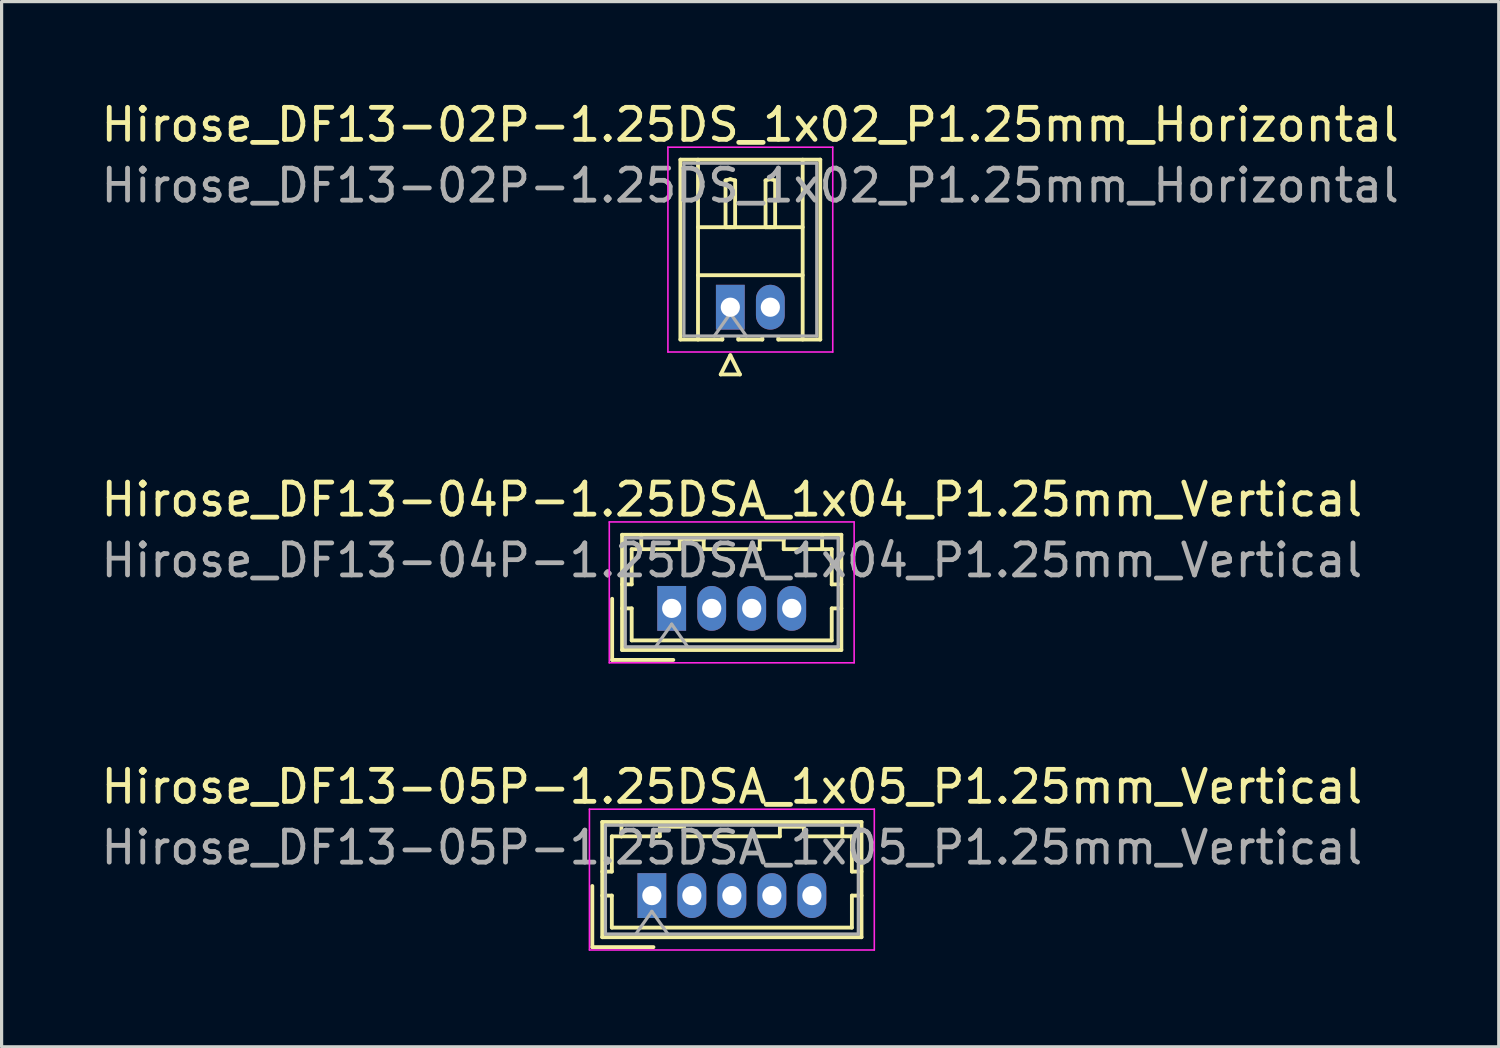
<source format=kicad_pcb>
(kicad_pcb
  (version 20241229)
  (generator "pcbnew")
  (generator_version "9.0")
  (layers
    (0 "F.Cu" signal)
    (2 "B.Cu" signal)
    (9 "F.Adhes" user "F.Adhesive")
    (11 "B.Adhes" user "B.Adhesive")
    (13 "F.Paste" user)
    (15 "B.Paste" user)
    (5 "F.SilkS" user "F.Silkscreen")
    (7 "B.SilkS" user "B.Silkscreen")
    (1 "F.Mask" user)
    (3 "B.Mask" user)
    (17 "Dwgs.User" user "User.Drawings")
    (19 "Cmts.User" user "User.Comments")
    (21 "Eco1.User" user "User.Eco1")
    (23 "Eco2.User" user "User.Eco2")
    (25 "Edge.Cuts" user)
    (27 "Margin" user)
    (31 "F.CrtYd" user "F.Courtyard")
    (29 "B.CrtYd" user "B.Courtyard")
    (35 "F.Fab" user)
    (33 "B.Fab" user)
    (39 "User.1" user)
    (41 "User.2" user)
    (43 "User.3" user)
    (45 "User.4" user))
  (footprint "Hirose_DF13-04P-1.25DSA_1x04_P1.25mm_Vertical"
    (layer "F.Cu")
    (at 17.935 15.957)
    (property "Reference" "Hirose_DF13-04P-1.25DSA_1x04_P1.25mm_Vertical" (at 1.88 -3.4 0) (layer "F.SilkS") (effects (font (size 1 1) (thickness 0.15))))
    (attr through_hole)
    (fp_line (start -1.86 -0.3) (end -1.86 1.61) (stroke (width 0.12) (type solid)) (layer "F.SilkS"))
    (fp_line (start -1.86 1.61) (end 0.05 1.61) (stroke (width 0.12) (type solid)) (layer "F.SilkS"))
    (fp_line (start -1.55 -2.3) (end -1.55 1.3) (stroke (width 0.12) (type solid)) (layer "F.SilkS"))
    (fp_line (start -1.55 -0.75) (end -1.25 -0.75) (stroke (width 0.12) (type solid)) (layer "F.SilkS"))
    (fp_line (start -1.55 0) (end -1.25 0) (stroke (width 0.12) (type solid)) (layer "F.SilkS"))
    (fp_line (start -1.55 1.3) (end 5.3 1.3) (stroke (width 0.12) (type solid)) (layer "F.SilkS"))
    (fp_line (start -1.25 -1.85) (end -0.95 -1.85) (stroke (width 0.12) (type solid)) (layer "F.SilkS"))
    (fp_line (start -1.25 -0.75) (end -1.25 -1.85) (stroke (width 0.12) (type solid)) (layer "F.SilkS"))
    (fp_line (start -1.25 0) (end -1.25 1) (stroke (width 0.12) (type solid)) (layer "F.SilkS"))
    (fp_line (start -1.25 1) (end 5 1) (stroke (width 0.12) (type solid)) (layer "F.SilkS"))
    (fp_line (start -0.95 -1.85) (end -0.95 -2.3) (stroke (width 0.12) (type solid)) (layer "F.SilkS"))
    (fp_line (start -0.95 -1.85) (end 0.25 -1.85) (stroke (width 0.12) (type solid)) (layer "F.SilkS"))
    (fp_line (start 0.25 -2.15) (end 1 -2.15) (stroke (width 0.12) (type solid)) (layer "F.SilkS"))
    (fp_line (start 0.25 -1.85) (end 0.25 -2.15) (stroke (width 0.12) (type solid)) (layer "F.SilkS"))
    (fp_line (start 1 -2.15) (end 1 -1.85) (stroke (width 0.12) (type solid)) (layer "F.SilkS"))
    (fp_line (start 1 -1.85) (end 2.75 -1.85) (stroke (width 0.12) (type solid)) (layer "F.SilkS"))
    (fp_line (start 2.75 -2.15) (end 3.5 -2.15) (stroke (width 0.12) (type solid)) (layer "F.SilkS"))
    (fp_line (start 2.75 -1.85) (end 2.75 -2.15) (stroke (width 0.12) (type solid)) (layer "F.SilkS"))
    (fp_line (start 3.5 -2.15) (end 3.5 -1.85) (stroke (width 0.12) (type solid)) (layer "F.SilkS"))
    (fp_line (start 3.5 -1.85) (end 4.7 -1.85) (stroke (width 0.12) (type solid)) (layer "F.SilkS"))
    (fp_line (start 4.7 -1.85) (end 4.7 -2.3) (stroke (width 0.12) (type solid)) (layer "F.SilkS"))
    (fp_line (start 5 -1.85) (end 4.7 -1.85) (stroke (width 0.12) (type solid)) (layer "F.SilkS"))
    (fp_line (start 5 -0.75) (end 5 -1.85) (stroke (width 0.12) (type solid)) (layer "F.SilkS"))
    (fp_line (start 5 0) (end 5.3 0) (stroke (width 0.12) (type solid)) (layer "F.SilkS"))
    (fp_line (start 5 1) (end 5 0) (stroke (width 0.12) (type solid)) (layer "F.SilkS"))
    (fp_line (start 5.3 -2.3) (end -1.55 -2.3) (stroke (width 0.12) (type solid)) (layer "F.SilkS"))
    (fp_line (start 5.3 -0.75) (end 5 -0.75) (stroke (width 0.12) (type solid)) (layer "F.SilkS"))
    (fp_line (start 5.3 1.3) (end 5.3 -2.3) (stroke (width 0.12) (type solid)) (layer "F.SilkS"))
    (fp_line (start -1.95 -2.7) (end -1.95 1.7) (stroke (width 0.05) (type solid)) (layer "F.CrtYd"))
    (fp_line (start -1.95 1.7) (end 5.7 1.7) (stroke (width 0.05) (type solid)) (layer "F.CrtYd"))
    (fp_line (start 5.7 -2.7) (end -1.95 -2.7) (stroke (width 0.05) (type solid)) (layer "F.CrtYd"))
    (fp_line (start 5.7 1.7) (end 5.7 -2.7) (stroke (width 0.05) (type solid)) (layer "F.CrtYd"))
    (fp_line (start -1.45 -2.2) (end -1.45 1.2) (stroke (width 0.1) (type solid)) (layer "F.Fab"))
    (fp_line (start -1.45 1.2) (end 5.2 1.2) (stroke (width 0.1) (type solid)) (layer "F.Fab"))
    (fp_line (start -0.5 1.2) (end 0 0.493) (stroke (width 0.1) (type solid)) (layer "F.Fab"))
    (fp_line (start 0 0.493) (end 0.5 1.2) (stroke (width 0.1) (type solid)) (layer "F.Fab"))
    (fp_line (start 5.2 -2.2) (end -1.45 -2.2) (stroke (width 0.1) (type solid)) (layer "F.Fab"))
    (fp_line (start 5.2 1.2) (end 5.2 -2.2) (stroke (width 0.1) (type solid)) (layer "F.Fab"))
    (fp_text user "${REFERENCE}" (at 1.88 -1.5 0) (layer "F.Fab") (effects (font (size 1 1) (thickness 0.15))))
    (pad "1" thru_hole rect (at 0 0) (size 0.9 1.4) (drill 0.6) (layers "*.Cu" "*.Mask"))
    (pad "2" thru_hole oval (at 1.25 0) (size 0.9 1.4) (drill 0.6) (layers "*.Cu" "*.Mask"))
    (pad "3" thru_hole oval (at 2.5 0) (size 0.9 1.4) (drill 0.6) (layers "*.Cu" "*.Mask"))
    (pad "4" thru_hole oval (at 3.75 0) (size 0.9 1.4) (drill 0.6) (layers "*.Cu" "*.Mask")))
  (footprint "Hirose_DF13-02P-1.25DS_1x02_P1.25mm_Horizontal"
    (layer "F.Cu")
    (at 19.767 6.548)
    (property "Reference" "Hirose_DF13-02P-1.25DS_1x02_P1.25mm_Horizontal" (at 0.62 -5.7 0) (layer "F.SilkS") (effects (font (size 1 1) (thickness 0.15))))
    (attr through_hole)
    (fp_line (start -1.56 -4.61) (end 2.81 -4.61) (stroke (width 0.12) (type solid)) (layer "F.SilkS"))
    (fp_line (start -1.56 1.01) (end -1.56 -4.61) (stroke (width 0.12) (type solid)) (layer "F.SilkS"))
    (fp_line (start -1.01 -4.61) (end -1.01 1.01) (stroke (width 0.12) (type solid)) (layer "F.SilkS"))
    (fp_line (start -1.01 -2.5) (end 2.26 -2.5) (stroke (width 0.12) (type solid)) (layer "F.SilkS"))
    (fp_line (start -1.01 -1) (end 2.26 -1) (stroke (width 0.12) (type solid)) (layer "F.SilkS"))
    (fp_line (start -0.3 2.1) (end 0.3 2.1) (stroke (width 0.12) (type solid)) (layer "F.SilkS"))
    (fp_line (start -0.25 0.96) (end -0.25 1.01) (stroke (width 0.12) (type solid)) (layer "F.SilkS"))
    (fp_line (start -0.25 1.01) (end -1.56 1.01) (stroke (width 0.12) (type solid)) (layer "F.SilkS"))
    (fp_line (start -0.15 -3.962) (end 0 -4) (stroke (width 0.12) (type solid)) (layer "F.SilkS"))
    (fp_line (start -0.15 -2.5) (end -0.15 -3.962) (stroke (width 0.12) (type solid)) (layer "F.SilkS"))
    (fp_line (start 0 -4) (end 0.15 -3.962) (stroke (width 0.12) (type solid)) (layer "F.SilkS"))
    (fp_line (start 0 -2.5) (end -0.15 -2.5) (stroke (width 0.12) (type solid)) (layer "F.SilkS"))
    (fp_line (start 0 1.5) (end -0.3 2.1) (stroke (width 0.12) (type solid)) (layer "F.SilkS"))
    (fp_line (start 0.15 -3.962) (end 0.15 -2.5) (stroke (width 0.12) (type solid)) (layer "F.SilkS"))
    (fp_line (start 0.15 -2.5) (end 0 -2.5) (stroke (width 0.12) (type solid)) (layer "F.SilkS"))
    (fp_line (start 0.25 0.96) (end 0.25 1.01) (stroke (width 0.12) (type solid)) (layer "F.SilkS"))
    (fp_line (start 0.25 1.01) (end 1 1.01) (stroke (width 0.12) (type solid)) (layer "F.SilkS"))
    (fp_line (start 0.3 2.1) (end 0 1.5) (stroke (width 0.12) (type solid)) (layer "F.SilkS"))
    (fp_line (start 1 1.01) (end 1 0.96) (stroke (width 0.12) (type solid)) (layer "F.SilkS"))
    (fp_line (start 1.1 -3.962) (end 1.25 -4) (stroke (width 0.12) (type solid)) (layer "F.SilkS"))
    (fp_line (start 1.1 -2.5) (end 1.1 -3.962) (stroke (width 0.12) (type solid)) (layer "F.SilkS"))
    (fp_line (start 1.25 -4) (end 1.4 -3.962) (stroke (width 0.12) (type solid)) (layer "F.SilkS"))
    (fp_line (start 1.25 -2.5) (end 1.1 -2.5) (stroke (width 0.12) (type solid)) (layer "F.SilkS"))
    (fp_line (start 1.4 -3.962) (end 1.4 -2.5) (stroke (width 0.12) (type solid)) (layer "F.SilkS"))
    (fp_line (start 1.4 -2.5) (end 1.25 -2.5) (stroke (width 0.12) (type solid)) (layer "F.SilkS"))
    (fp_line (start 1.5 1.01) (end 1.5 0.96) (stroke (width 0.12) (type solid)) (layer "F.SilkS"))
    (fp_line (start 2.26 -4.61) (end 2.26 1.01) (stroke (width 0.12) (type solid)) (layer "F.SilkS"))
    (fp_line (start 2.81 -4.61) (end 2.81 1.01) (stroke (width 0.12) (type solid)) (layer "F.SilkS"))
    (fp_line (start 2.81 1.01) (end 1.5 1.01) (stroke (width 0.12) (type solid)) (layer "F.SilkS"))
    (fp_line (start -1.95 -5) (end -1.95 1.4) (stroke (width 0.05) (type solid)) (layer "F.CrtYd"))
    (fp_line (start -1.95 1.4) (end 3.2 1.4) (stroke (width 0.05) (type solid)) (layer "F.CrtYd"))
    (fp_line (start 3.2 -5) (end -1.95 -5) (stroke (width 0.05) (type solid)) (layer "F.CrtYd"))
    (fp_line (start 3.2 1.4) (end 3.2 -5) (stroke (width 0.05) (type solid)) (layer "F.CrtYd"))
    (fp_line (start -1.45 -4.5) (end -1.45 0.9) (stroke (width 0.1) (type solid)) (layer "F.Fab"))
    (fp_line (start -1.45 0.9) (end 2.7 0.9) (stroke (width 0.1) (type solid)) (layer "F.Fab"))
    (fp_line (start -0.5 0.9) (end 0 0.193) (stroke (width 0.1) (type solid)) (layer "F.Fab"))
    (fp_line (start 0 0.193) (end 0.5 0.9) (stroke (width 0.1) (type solid)) (layer "F.Fab"))
    (fp_line (start 2.7 -4.5) (end -1.45 -4.5) (stroke (width 0.1) (type solid)) (layer "F.Fab"))
    (fp_line (start 2.7 0.9) (end 2.7 -4.5) (stroke (width 0.1) (type solid)) (layer "F.Fab"))
    (fp_text user "${REFERENCE}" (at 0.62 -3.8 0) (layer "F.Fab") (effects (font (size 1 1) (thickness 0.15))))
    (pad "1" thru_hole rect (at 0 0) (size 0.9 1.4) (drill 0.6) (layers "*.Cu" "*.Mask"))
    (pad "2" thru_hole oval (at 1.25 0) (size 0.9 1.4) (drill 0.6) (layers "*.Cu" "*.Mask")))
  (footprint "Hirose_DF13-05P-1.25DSA_1x05_P1.25mm_Vertical"
    (layer "F.Cu")
    (at 17.315 24.93)
    (property "Reference" "Hirose_DF13-05P-1.25DSA_1x05_P1.25mm_Vertical" (at 2.5 -3.4 0) (layer "F.SilkS") (effects (font (size 1 1) (thickness 0.15))))
    (attr through_hole)
    (fp_line (start -1.86 -0.3) (end -1.86 1.61) (stroke (width 0.12) (type solid)) (layer "F.SilkS"))
    (fp_line (start -1.86 1.61) (end 0.05 1.61) (stroke (width 0.12) (type solid)) (layer "F.SilkS"))
    (fp_line (start -1.55 -2.3) (end -1.55 1.3) (stroke (width 0.12) (type solid)) (layer "F.SilkS"))
    (fp_line (start -1.55 -0.75) (end -1.25 -0.75) (stroke (width 0.12) (type solid)) (layer "F.SilkS"))
    (fp_line (start -1.55 0) (end -1.25 0) (stroke (width 0.12) (type solid)) (layer "F.SilkS"))
    (fp_line (start -1.55 1.3) (end 6.55 1.3) (stroke (width 0.12) (type solid)) (layer "F.SilkS"))
    (fp_line (start -1.25 -1.85) (end -0.95 -1.85) (stroke (width 0.12) (type solid)) (layer "F.SilkS"))
    (fp_line (start -1.25 -0.75) (end -1.25 -1.85) (stroke (width 0.12) (type solid)) (layer "F.SilkS"))
    (fp_line (start -1.25 0) (end -1.25 1) (stroke (width 0.12) (type solid)) (layer "F.SilkS"))
    (fp_line (start -1.25 1) (end 6.25 1) (stroke (width 0.12) (type solid)) (layer "F.SilkS"))
    (fp_line (start -0.95 -1.85) (end -0.95 -2.3) (stroke (width 0.12) (type solid)) (layer "F.SilkS"))
    (fp_line (start -0.95 -1.85) (end 0.25 -1.85) (stroke (width 0.12) (type solid)) (layer "F.SilkS"))
    (fp_line (start 0.25 -2.15) (end 1 -2.15) (stroke (width 0.12) (type solid)) (layer "F.SilkS"))
    (fp_line (start 0.25 -1.85) (end 0.25 -2.15) (stroke (width 0.12) (type solid)) (layer "F.SilkS"))
    (fp_line (start 1 -2.15) (end 1 -1.85) (stroke (width 0.12) (type solid)) (layer "F.SilkS"))
    (fp_line (start 1 -1.85) (end 4 -1.85) (stroke (width 0.12) (type solid)) (layer "F.SilkS"))
    (fp_line (start 4 -2.15) (end 4.75 -2.15) (stroke (width 0.12) (type solid)) (layer "F.SilkS"))
    (fp_line (start 4 -1.85) (end 4 -2.15) (stroke (width 0.12) (type solid)) (layer "F.SilkS"))
    (fp_line (start 4.75 -2.15) (end 4.75 -1.85) (stroke (width 0.12) (type solid)) (layer "F.SilkS"))
    (fp_line (start 4.75 -1.85) (end 5.95 -1.85) (stroke (width 0.12) (type solid)) (layer "F.SilkS"))
    (fp_line (start 5.95 -1.85) (end 5.95 -2.3) (stroke (width 0.12) (type solid)) (layer "F.SilkS"))
    (fp_line (start 6.25 -1.85) (end 5.95 -1.85) (stroke (width 0.12) (type solid)) (layer "F.SilkS"))
    (fp_line (start 6.25 -0.75) (end 6.25 -1.85) (stroke (width 0.12) (type solid)) (layer "F.SilkS"))
    (fp_line (start 6.25 0) (end 6.55 0) (stroke (width 0.12) (type solid)) (layer "F.SilkS"))
    (fp_line (start 6.25 1) (end 6.25 0) (stroke (width 0.12) (type solid)) (layer "F.SilkS"))
    (fp_line (start 6.55 -2.3) (end -1.55 -2.3) (stroke (width 0.12) (type solid)) (layer "F.SilkS"))
    (fp_line (start 6.55 -0.75) (end 6.25 -0.75) (stroke (width 0.12) (type solid)) (layer "F.SilkS"))
    (fp_line (start 6.55 1.3) (end 6.55 -2.3) (stroke (width 0.12) (type solid)) (layer "F.SilkS"))
    (fp_line (start -1.95 -2.7) (end -1.95 1.7) (stroke (width 0.05) (type solid)) (layer "F.CrtYd"))
    (fp_line (start -1.95 1.7) (end 6.95 1.7) (stroke (width 0.05) (type solid)) (layer "F.CrtYd"))
    (fp_line (start 6.95 -2.7) (end -1.95 -2.7) (stroke (width 0.05) (type solid)) (layer "F.CrtYd"))
    (fp_line (start 6.95 1.7) (end 6.95 -2.7) (stroke (width 0.05) (type solid)) (layer "F.CrtYd"))
    (fp_line (start -1.45 -2.2) (end -1.45 1.2) (stroke (width 0.1) (type solid)) (layer "F.Fab"))
    (fp_line (start -1.45 1.2) (end 6.45 1.2) (stroke (width 0.1) (type solid)) (layer "F.Fab"))
    (fp_line (start -0.5 1.2) (end 0 0.493) (stroke (width 0.1) (type solid)) (layer "F.Fab"))
    (fp_line (start 0 0.493) (end 0.5 1.2) (stroke (width 0.1) (type solid)) (layer "F.Fab"))
    (fp_line (start 6.45 -2.2) (end -1.45 -2.2) (stroke (width 0.1) (type solid)) (layer "F.Fab"))
    (fp_line (start 6.45 1.2) (end 6.45 -2.2) (stroke (width 0.1) (type solid)) (layer "F.Fab"))
    (fp_text user "${REFERENCE}" (at 2.5 -1.5 0) (layer "F.Fab") (effects (font (size 1 1) (thickness 0.15))))
    (pad "1" thru_hole rect (at 0 0) (size 0.9 1.4) (drill 0.6) (layers "*.Cu" "*.Mask"))
    (pad "2" thru_hole oval (at 1.25 0) (size 0.9 1.4) (drill 0.6) (layers "*.Cu" "*.Mask"))
    (pad "3" thru_hole oval (at 2.5 0) (size 0.9 1.4) (drill 0.6) (layers "*.Cu" "*.Mask"))
    (pad "4" thru_hole oval (at 3.75 0) (size 0.9 1.4) (drill 0.6) (layers "*.Cu" "*.Mask"))
    (pad "5" thru_hole oval (at 5 0) (size 0.9 1.4) (drill 0.6) (layers "*.Cu" "*.Mask")))
  (gr_rect
    (start -3 -3)
    (end 43.774 29.655)
    (stroke (width 0.1) (type default))
    (fill no)
    (layer "Edge.Cuts")))
</source>
